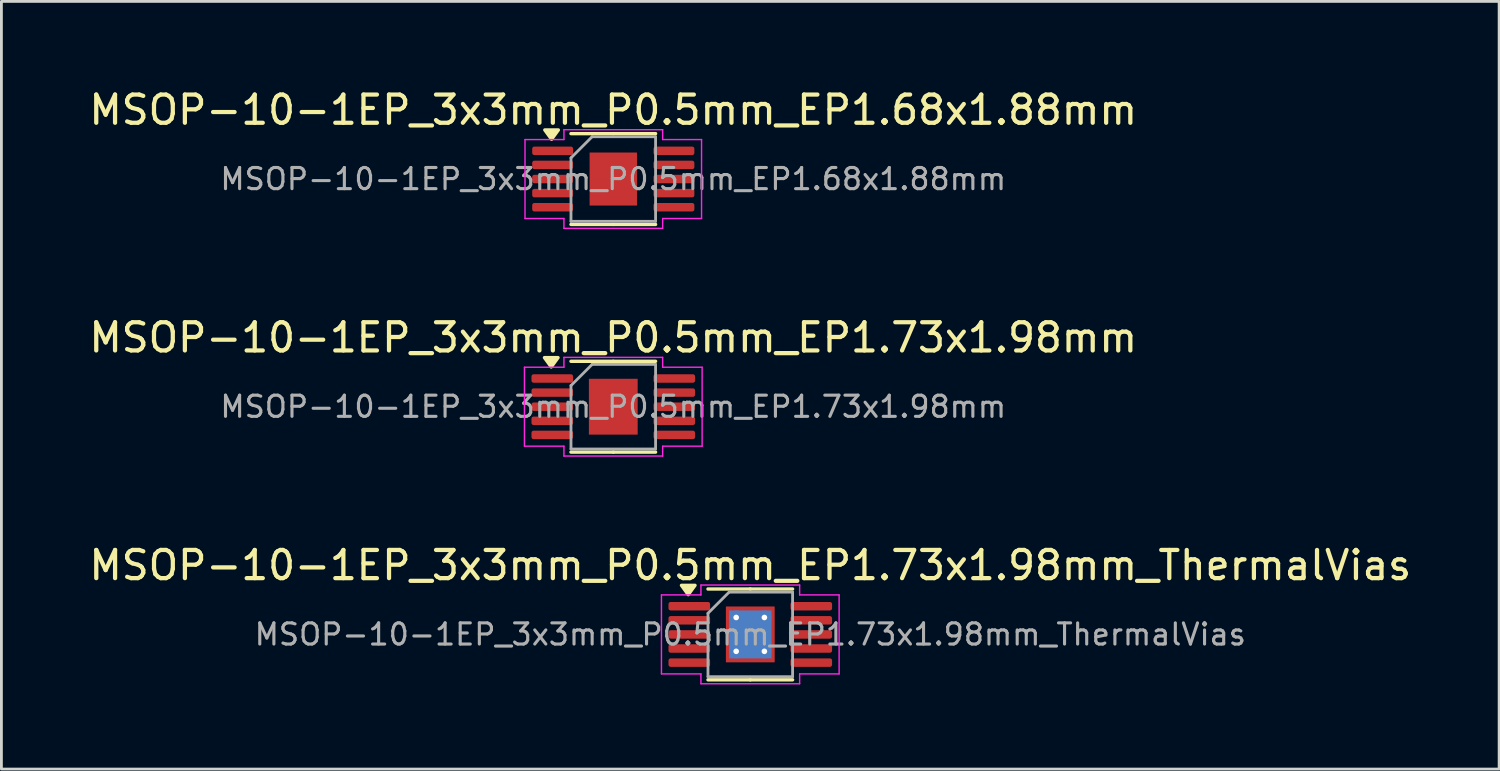
<source format=kicad_pcb>
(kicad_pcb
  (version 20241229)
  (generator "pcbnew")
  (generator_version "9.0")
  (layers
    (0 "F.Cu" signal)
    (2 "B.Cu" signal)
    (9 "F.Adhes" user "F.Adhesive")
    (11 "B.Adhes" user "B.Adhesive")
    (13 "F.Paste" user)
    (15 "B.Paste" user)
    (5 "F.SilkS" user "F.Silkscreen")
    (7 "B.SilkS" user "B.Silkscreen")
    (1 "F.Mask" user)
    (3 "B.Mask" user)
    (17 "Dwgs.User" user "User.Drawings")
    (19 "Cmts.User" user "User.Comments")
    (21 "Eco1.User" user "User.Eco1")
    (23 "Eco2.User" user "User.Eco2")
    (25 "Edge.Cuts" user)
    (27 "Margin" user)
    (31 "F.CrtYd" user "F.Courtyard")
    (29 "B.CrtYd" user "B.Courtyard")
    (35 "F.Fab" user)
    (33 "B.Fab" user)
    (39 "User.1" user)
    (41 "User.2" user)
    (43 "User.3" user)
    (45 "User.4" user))
  (footprint "MSOP-10-1EP_3x3mm_P0.5mm_EP1.73x1.98mm_ThermalVias"
    (layer "F.Cu")
    (at 23.554 19.445)
    (property "Reference" "MSOP-10-1EP_3x3mm_P0.5mm_EP1.73x1.98mm_ThermalVias" (at 0 -2.45 0) (layer "F.SilkS") (effects (font (size 1 1) (thickness 0.15))))
    (attr smd)
    (fp_line (start 0 -1.61) (end -1.5 -1.61) (stroke (width 0.12) (type solid)) (layer "F.SilkS"))
    (fp_line (start 0 -1.61) (end 1.5 -1.61) (stroke (width 0.12) (type solid)) (layer "F.SilkS"))
    (fp_line (start 0 1.61) (end -1.5 1.61) (stroke (width 0.12) (type solid)) (layer "F.SilkS"))
    (fp_line (start 0 1.61) (end 1.5 1.61) (stroke (width 0.12) (type solid)) (layer "F.SilkS"))
    (fp_poly (pts (xy -2.2 -1.41) (xy -2.44 -1.74) (xy -1.96 -1.74)) (stroke (width 0.12) (type solid)) (fill yes) (layer "F.SilkS"))
    (fp_line (start -3.15 -1.4) (end -1.75 -1.4) (stroke (width 0.05) (type solid)) (layer "F.CrtYd"))
    (fp_line (start -3.15 1.4) (end -3.15 -1.4) (stroke (width 0.05) (type solid)) (layer "F.CrtYd"))
    (fp_line (start -1.75 -1.75) (end 1.75 -1.75) (stroke (width 0.05) (type solid)) (layer "F.CrtYd"))
    (fp_line (start -1.75 -1.4) (end -1.75 -1.75) (stroke (width 0.05) (type solid)) (layer "F.CrtYd"))
    (fp_line (start -1.75 1.4) (end -3.15 1.4) (stroke (width 0.05) (type solid)) (layer "F.CrtYd"))
    (fp_line (start -1.75 1.75) (end -1.75 1.4) (stroke (width 0.05) (type solid)) (layer "F.CrtYd"))
    (fp_line (start 1.75 -1.75) (end 1.75 -1.4) (stroke (width 0.05) (type solid)) (layer "F.CrtYd"))
    (fp_line (start 1.75 -1.4) (end 3.15 -1.4) (stroke (width 0.05) (type solid)) (layer "F.CrtYd"))
    (fp_line (start 1.75 1.4) (end 1.75 1.75) (stroke (width 0.05) (type solid)) (layer "F.CrtYd"))
    (fp_line (start 1.75 1.75) (end -1.75 1.75) (stroke (width 0.05) (type solid)) (layer "F.CrtYd"))
    (fp_line (start 3.15 -1.4) (end 3.15 1.4) (stroke (width 0.05) (type solid)) (layer "F.CrtYd"))
    (fp_line (start 3.15 1.4) (end 1.75 1.4) (stroke (width 0.05) (type solid)) (layer "F.CrtYd"))
    (fp_line (start -1.5 -0.75) (end -0.75 -1.5) (stroke (width 0.1) (type solid)) (layer "F.Fab"))
    (fp_line (start -1.5 1.5) (end -1.5 -0.75) (stroke (width 0.1) (type solid)) (layer "F.Fab"))
    (fp_line (start -0.75 -1.5) (end 1.5 -1.5) (stroke (width 0.1) (type solid)) (layer "F.Fab"))
    (fp_line (start 1.5 -1.5) (end 1.5 1.5) (stroke (width 0.1) (type solid)) (layer "F.Fab"))
    (fp_line (start 1.5 1.5) (end -1.5 1.5) (stroke (width 0.1) (type solid)) (layer "F.Fab"))
    (fp_text user "${REFERENCE}" (at 0 0 0) (layer "F.Fab") (effects (font (size 0.75 0.75) (thickness 0.11))))
    (pad "" smd roundrect (at -0.43 -0.495) (size 0.72 0.83) (layers "F.Paste") (roundrect_rratio 0.25))
    (pad "" smd roundrect (at -0.43 0.495) (size 0.72 0.83) (layers "F.Paste") (roundrect_rratio 0.25))
    (pad "" smd roundrect (at 0.43 -0.495) (size 0.72 0.83) (layers "F.Paste") (roundrect_rratio 0.25))
    (pad "" smd roundrect (at 0.43 0.495) (size 0.72 0.83) (layers "F.Paste") (roundrect_rratio 0.25))
    (pad "1" smd roundrect (at -2.163 -1) (size 1.475 0.3) (layers "F.Cu" "F.Mask" "F.Paste") (roundrect_rratio 0.25))
    (pad "2" smd roundrect (at -2.163 -0.5) (size 1.475 0.3) (layers "F.Cu" "F.Mask" "F.Paste") (roundrect_rratio 0.25))
    (pad "3" smd roundrect (at -2.163 0) (size 1.475 0.3) (layers "F.Cu" "F.Mask" "F.Paste") (roundrect_rratio 0.25))
    (pad "4" smd roundrect (at -2.163 0.5) (size 1.475 0.3) (layers "F.Cu" "F.Mask" "F.Paste") (roundrect_rratio 0.25))
    (pad "5" smd roundrect (at -2.163 1) (size 1.475 0.3) (layers "F.Cu" "F.Mask" "F.Paste") (roundrect_rratio 0.25))
    (pad "6" smd roundrect (at 2.163 1) (size 1.475 0.3) (layers "F.Cu" "F.Mask" "F.Paste") (roundrect_rratio 0.25))
    (pad "7" smd roundrect (at 2.163 0.5) (size 1.475 0.3) (layers "F.Cu" "F.Mask" "F.Paste") (roundrect_rratio 0.25))
    (pad "8" smd roundrect (at 2.163 0) (size 1.475 0.3) (layers "F.Cu" "F.Mask" "F.Paste") (roundrect_rratio 0.25))
    (pad "9" smd roundrect (at 2.163 -0.5) (size 1.475 0.3) (layers "F.Cu" "F.Mask" "F.Paste") (roundrect_rratio 0.25))
    (pad "10" smd roundrect (at 2.163 -1) (size 1.475 0.3) (layers "F.Cu" "F.Mask" "F.Paste") (roundrect_rratio 0.25))
    (pad "11" thru_hole circle (at -0.5 -0.6) (size 0.5 0.5) (drill 0.2) (property pad_prop_heatsink) (layers "*.Cu"))
    (pad "11" thru_hole circle (at -0.5 0.6) (size 0.5 0.5) (drill 0.2) (property pad_prop_heatsink) (layers "*.Cu"))
    (pad "11" smd rect (at 0 0) (size 1.5 1.7) (property pad_prop_heatsink) (layers "B.Cu"))
    (pad "11" smd rect (at 0 0) (size 1.73 1.98) (property pad_prop_heatsink) (layers "F.Cu" "F.Mask"))
    (pad "11" thru_hole circle (at 0.5 -0.6) (size 0.5 0.5) (drill 0.2) (property pad_prop_heatsink) (layers "*.Cu"))
    (pad "11" thru_hole circle (at 0.5 0.6) (size 0.5 0.5) (drill 0.2) (property pad_prop_heatsink) (layers "*.Cu")))
  (footprint "MSOP-10-1EP_3x3mm_P0.5mm_EP1.68x1.88mm"
    (layer "F.Cu")
    (at 18.696 3.298)
    (property "Reference" "MSOP-10-1EP_3x3mm_P0.5mm_EP1.68x1.88mm" (at 0 -2.45 0) (layer "F.SilkS") (effects (font (size 1 1) (thickness 0.15))))
    (attr smd)
    (fp_line (start 0 -1.61) (end -1.5 -1.61) (stroke (width 0.12) (type solid)) (layer "F.SilkS"))
    (fp_line (start 0 -1.61) (end 1.5 -1.61) (stroke (width 0.12) (type solid)) (layer "F.SilkS"))
    (fp_line (start 0 1.61) (end -1.5 1.61) (stroke (width 0.12) (type solid)) (layer "F.SilkS"))
    (fp_line (start 0 1.61) (end 1.5 1.61) (stroke (width 0.12) (type solid)) (layer "F.SilkS"))
    (fp_poly (pts (xy -2.188 -1.41) (xy -2.428 -1.74) (xy -1.948 -1.74)) (stroke (width 0.12) (type solid)) (fill yes) (layer "F.SilkS"))
    (fp_line (start -3.13 -1.4) (end -1.75 -1.4) (stroke (width 0.05) (type solid)) (layer "F.CrtYd"))
    (fp_line (start -3.13 1.4) (end -3.13 -1.4) (stroke (width 0.05) (type solid)) (layer "F.CrtYd"))
    (fp_line (start -1.75 -1.75) (end 1.75 -1.75) (stroke (width 0.05) (type solid)) (layer "F.CrtYd"))
    (fp_line (start -1.75 -1.4) (end -1.75 -1.75) (stroke (width 0.05) (type solid)) (layer "F.CrtYd"))
    (fp_line (start -1.75 1.4) (end -3.13 1.4) (stroke (width 0.05) (type solid)) (layer "F.CrtYd"))
    (fp_line (start -1.75 1.75) (end -1.75 1.4) (stroke (width 0.05) (type solid)) (layer "F.CrtYd"))
    (fp_line (start 1.75 -1.75) (end 1.75 -1.4) (stroke (width 0.05) (type solid)) (layer "F.CrtYd"))
    (fp_line (start 1.75 -1.4) (end 3.13 -1.4) (stroke (width 0.05) (type solid)) (layer "F.CrtYd"))
    (fp_line (start 1.75 1.4) (end 1.75 1.75) (stroke (width 0.05) (type solid)) (layer "F.CrtYd"))
    (fp_line (start 1.75 1.75) (end -1.75 1.75) (stroke (width 0.05) (type solid)) (layer "F.CrtYd"))
    (fp_line (start 3.13 -1.4) (end 3.13 1.4) (stroke (width 0.05) (type solid)) (layer "F.CrtYd"))
    (fp_line (start 3.13 1.4) (end 1.75 1.4) (stroke (width 0.05) (type solid)) (layer "F.CrtYd"))
    (fp_line (start -1.5 -0.75) (end -0.75 -1.5) (stroke (width 0.1) (type solid)) (layer "F.Fab"))
    (fp_line (start -1.5 1.5) (end -1.5 -0.75) (stroke (width 0.1) (type solid)) (layer "F.Fab"))
    (fp_line (start -0.75 -1.5) (end 1.5 -1.5) (stroke (width 0.1) (type solid)) (layer "F.Fab"))
    (fp_line (start 1.5 -1.5) (end 1.5 1.5) (stroke (width 0.1) (type solid)) (layer "F.Fab"))
    (fp_line (start 1.5 1.5) (end -1.5 1.5) (stroke (width 0.1) (type solid)) (layer "F.Fab"))
    (fp_text user "${REFERENCE}" (at 0 0 0) (layer "F.Fab") (effects (font (size 0.75 0.75) (thickness 0.11))))
    (pad "" smd roundrect (at -0.42 -0.47) (size 0.68 0.76) (layers "F.Paste") (roundrect_rratio 0.25))
    (pad "" smd roundrect (at -0.42 0.47) (size 0.68 0.76) (layers "F.Paste") (roundrect_rratio 0.25))
    (pad "" smd roundrect (at 0.42 -0.47) (size 0.68 0.76) (layers "F.Paste") (roundrect_rratio 0.25))
    (pad "" smd roundrect (at 0.42 0.47) (size 0.68 0.76) (layers "F.Paste") (roundrect_rratio 0.25))
    (pad "1" smd roundrect (at -2.15 -1) (size 1.45 0.3) (layers "F.Cu" "F.Mask" "F.Paste") (roundrect_rratio 0.25))
    (pad "2" smd roundrect (at -2.15 -0.5) (size 1.45 0.3) (layers "F.Cu" "F.Mask" "F.Paste") (roundrect_rratio 0.25))
    (pad "3" smd roundrect (at -2.15 0) (size 1.45 0.3) (layers "F.Cu" "F.Mask" "F.Paste") (roundrect_rratio 0.25))
    (pad "4" smd roundrect (at -2.15 0.5) (size 1.45 0.3) (layers "F.Cu" "F.Mask" "F.Paste") (roundrect_rratio 0.25))
    (pad "5" smd roundrect (at -2.15 1) (size 1.45 0.3) (layers "F.Cu" "F.Mask" "F.Paste") (roundrect_rratio 0.25))
    (pad "6" smd roundrect (at 2.15 1) (size 1.45 0.3) (layers "F.Cu" "F.Mask" "F.Paste") (roundrect_rratio 0.25))
    (pad "7" smd roundrect (at 2.15 0.5) (size 1.45 0.3) (layers "F.Cu" "F.Mask" "F.Paste") (roundrect_rratio 0.25))
    (pad "8" smd roundrect (at 2.15 0) (size 1.45 0.3) (layers "F.Cu" "F.Mask" "F.Paste") (roundrect_rratio 0.25))
    (pad "9" smd roundrect (at 2.15 -0.5) (size 1.45 0.3) (layers "F.Cu" "F.Mask" "F.Paste") (roundrect_rratio 0.25))
    (pad "10" smd roundrect (at 2.15 -1) (size 1.45 0.3) (layers "F.Cu" "F.Mask" "F.Paste") (roundrect_rratio 0.25))
    (pad "11" smd rect (at 0 0) (size 1.68 1.88) (property pad_prop_heatsink) (layers "F.Cu" "F.Mask")))
  (footprint "MSOP-10-1EP_3x3mm_P0.5mm_EP1.73x1.98mm"
    (layer "F.Cu")
    (at 18.696 11.371)
    (property "Reference" "MSOP-10-1EP_3x3mm_P0.5mm_EP1.73x1.98mm" (at 0 -2.45 0) (layer "F.SilkS") (effects (font (size 1 1) (thickness 0.15))))
    (attr smd)
    (fp_line (start 0 -1.61) (end -1.5 -1.61) (stroke (width 0.12) (type solid)) (layer "F.SilkS"))
    (fp_line (start 0 -1.61) (end 1.5 -1.61) (stroke (width 0.12) (type solid)) (layer "F.SilkS"))
    (fp_line (start 0 1.61) (end -1.5 1.61) (stroke (width 0.12) (type solid)) (layer "F.SilkS"))
    (fp_line (start 0 1.61) (end 1.5 1.61) (stroke (width 0.12) (type solid)) (layer "F.SilkS"))
    (fp_poly (pts (xy -2.2 -1.41) (xy -2.44 -1.74) (xy -1.96 -1.74)) (stroke (width 0.12) (type solid)) (fill yes) (layer "F.SilkS"))
    (fp_line (start -3.15 -1.4) (end -1.75 -1.4) (stroke (width 0.05) (type solid)) (layer "F.CrtYd"))
    (fp_line (start -3.15 1.4) (end -3.15 -1.4) (stroke (width 0.05) (type solid)) (layer "F.CrtYd"))
    (fp_line (start -1.75 -1.75) (end 1.75 -1.75) (stroke (width 0.05) (type solid)) (layer "F.CrtYd"))
    (fp_line (start -1.75 -1.4) (end -1.75 -1.75) (stroke (width 0.05) (type solid)) (layer "F.CrtYd"))
    (fp_line (start -1.75 1.4) (end -3.15 1.4) (stroke (width 0.05) (type solid)) (layer "F.CrtYd"))
    (fp_line (start -1.75 1.75) (end -1.75 1.4) (stroke (width 0.05) (type solid)) (layer "F.CrtYd"))
    (fp_line (start 1.75 -1.75) (end 1.75 -1.4) (stroke (width 0.05) (type solid)) (layer "F.CrtYd"))
    (fp_line (start 1.75 -1.4) (end 3.15 -1.4) (stroke (width 0.05) (type solid)) (layer "F.CrtYd"))
    (fp_line (start 1.75 1.4) (end 1.75 1.75) (stroke (width 0.05) (type solid)) (layer "F.CrtYd"))
    (fp_line (start 1.75 1.75) (end -1.75 1.75) (stroke (width 0.05) (type solid)) (layer "F.CrtYd"))
    (fp_line (start 3.15 -1.4) (end 3.15 1.4) (stroke (width 0.05) (type solid)) (layer "F.CrtYd"))
    (fp_line (start 3.15 1.4) (end 1.75 1.4) (stroke (width 0.05) (type solid)) (layer "F.CrtYd"))
    (fp_line (start -1.5 -0.75) (end -0.75 -1.5) (stroke (width 0.1) (type solid)) (layer "F.Fab"))
    (fp_line (start -1.5 1.5) (end -1.5 -0.75) (stroke (width 0.1) (type solid)) (layer "F.Fab"))
    (fp_line (start -0.75 -1.5) (end 1.5 -1.5) (stroke (width 0.1) (type solid)) (layer "F.Fab"))
    (fp_line (start 1.5 -1.5) (end 1.5 1.5) (stroke (width 0.1) (type solid)) (layer "F.Fab"))
    (fp_line (start 1.5 1.5) (end -1.5 1.5) (stroke (width 0.1) (type solid)) (layer "F.Fab"))
    (fp_text user "${REFERENCE}" (at 0 0 0) (layer "F.Fab") (effects (font (size 0.75 0.75) (thickness 0.11))))
    (pad "" smd roundrect (at -0.43 -0.495) (size 0.7 0.8) (layers "F.Paste") (roundrect_rratio 0.25))
    (pad "" smd roundrect (at -0.43 0.495) (size 0.7 0.8) (layers "F.Paste") (roundrect_rratio 0.25))
    (pad "" smd roundrect (at 0.43 -0.495) (size 0.7 0.8) (layers "F.Paste") (roundrect_rratio 0.25))
    (pad "" smd roundrect (at 0.43 0.495) (size 0.7 0.8) (layers "F.Paste") (roundrect_rratio 0.25))
    (pad "1" smd roundrect (at -2.163 -1) (size 1.475 0.3) (layers "F.Cu" "F.Mask" "F.Paste") (roundrect_rratio 0.25))
    (pad "2" smd roundrect (at -2.163 -0.5) (size 1.475 0.3) (layers "F.Cu" "F.Mask" "F.Paste") (roundrect_rratio 0.25))
    (pad "3" smd roundrect (at -2.163 0) (size 1.475 0.3) (layers "F.Cu" "F.Mask" "F.Paste") (roundrect_rratio 0.25))
    (pad "4" smd roundrect (at -2.163 0.5) (size 1.475 0.3) (layers "F.Cu" "F.Mask" "F.Paste") (roundrect_rratio 0.25))
    (pad "5" smd roundrect (at -2.163 1) (size 1.475 0.3) (layers "F.Cu" "F.Mask" "F.Paste") (roundrect_rratio 0.25))
    (pad "6" smd roundrect (at 2.163 1) (size 1.475 0.3) (layers "F.Cu" "F.Mask" "F.Paste") (roundrect_rratio 0.25))
    (pad "7" smd roundrect (at 2.163 0.5) (size 1.475 0.3) (layers "F.Cu" "F.Mask" "F.Paste") (roundrect_rratio 0.25))
    (pad "8" smd roundrect (at 2.163 0) (size 1.475 0.3) (layers "F.Cu" "F.Mask" "F.Paste") (roundrect_rratio 0.25))
    (pad "9" smd roundrect (at 2.163 -0.5) (size 1.475 0.3) (layers "F.Cu" "F.Mask" "F.Paste") (roundrect_rratio 0.25))
    (pad "10" smd roundrect (at 2.163 -1) (size 1.475 0.3) (layers "F.Cu" "F.Mask" "F.Paste") (roundrect_rratio 0.25))
    (pad "11" smd rect (at 0 0) (size 1.73 1.98) (property pad_prop_heatsink) (layers "F.Cu" "F.Mask")))
  (gr_rect
    (start -3 -3)
    (end 50.107 24.22)
    (stroke (width 0.1) (type default))
    (fill no)
    (layer "Edge.Cuts")))
</source>
